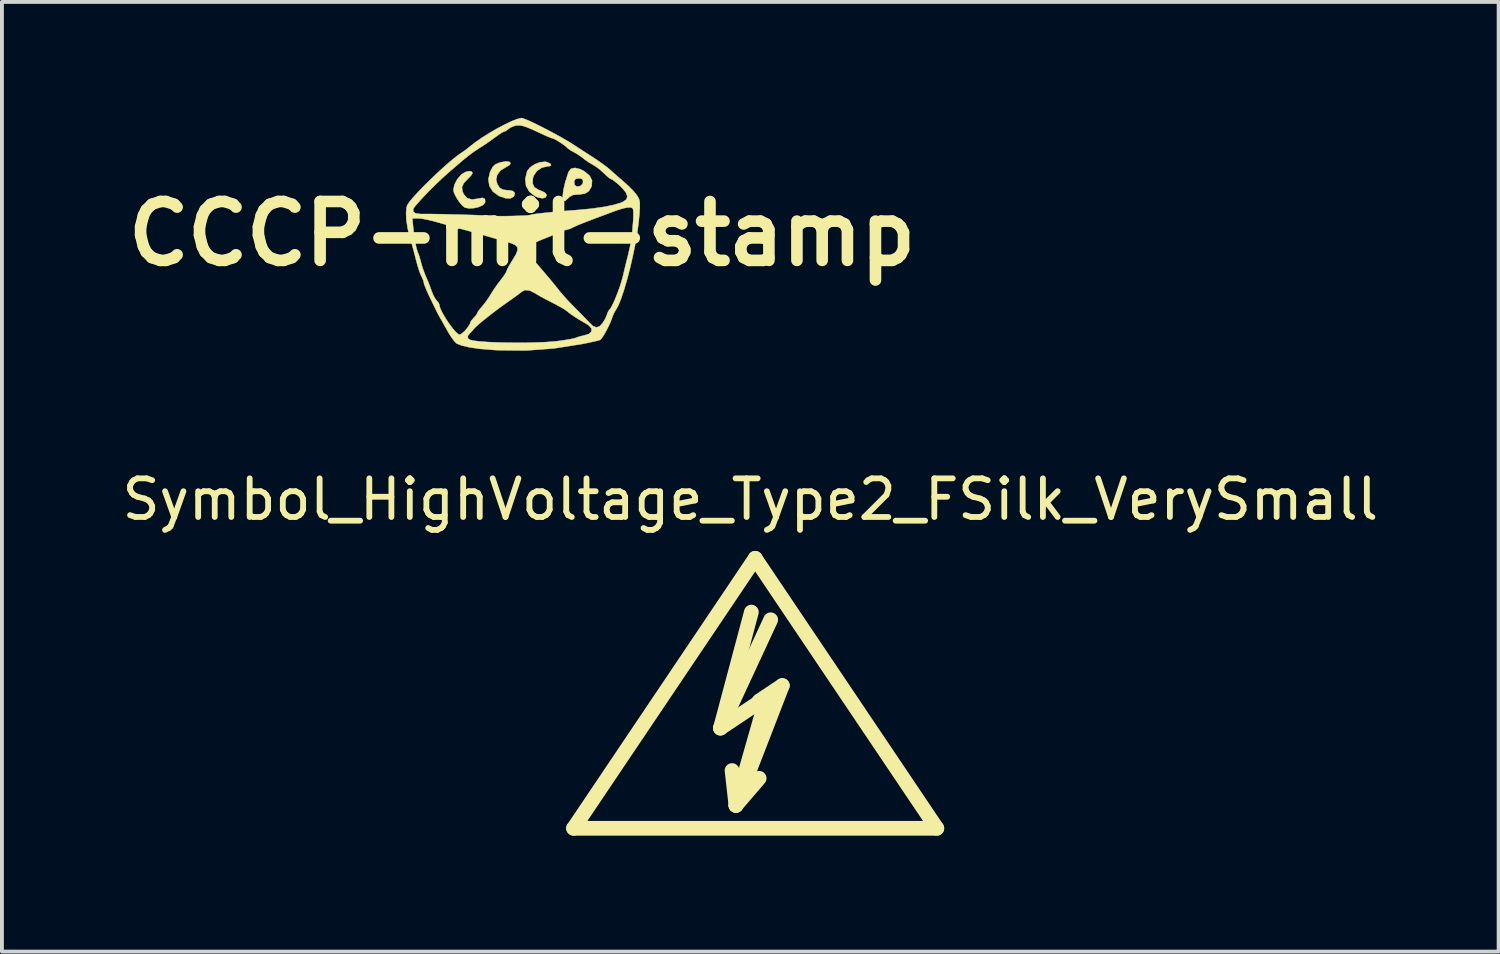
<source format=kicad_pcb>
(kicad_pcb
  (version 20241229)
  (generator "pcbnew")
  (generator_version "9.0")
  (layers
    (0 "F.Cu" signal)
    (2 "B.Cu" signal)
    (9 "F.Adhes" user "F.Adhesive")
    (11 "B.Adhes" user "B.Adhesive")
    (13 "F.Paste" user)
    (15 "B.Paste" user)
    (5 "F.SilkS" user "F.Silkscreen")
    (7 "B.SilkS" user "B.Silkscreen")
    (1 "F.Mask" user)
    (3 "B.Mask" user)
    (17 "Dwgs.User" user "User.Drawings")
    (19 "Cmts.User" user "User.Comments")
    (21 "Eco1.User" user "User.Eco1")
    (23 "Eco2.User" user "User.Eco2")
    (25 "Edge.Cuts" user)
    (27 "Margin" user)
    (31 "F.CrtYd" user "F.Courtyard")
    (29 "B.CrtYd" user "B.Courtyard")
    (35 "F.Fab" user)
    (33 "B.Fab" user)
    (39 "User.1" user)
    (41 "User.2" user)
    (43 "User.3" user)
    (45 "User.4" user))
  (footprint "Symbol_HighVoltage_Type2_FSilk_VerySmall"
    (layer "F.Cu")
    (at 16.49 15.587)
    (property "Reference" "Symbol_HighVoltage_Type2_FSilk_VerySmall" (at -0.127 -5.715 0) (layer "F.SilkS") (effects (font (size 1 1) (thickness 0.15))))
    (attr exclude_from_pos_files exclude_from_bom)
    (fp_line (start -4.699 2.794) (end 0 -4.191) (stroke (width 0.381) (type solid)) (layer "F.SilkS"))
    (fp_line (start -0.899 0.201) (end 0.3 -0.599) (stroke (width 0.381) (type solid)) (layer "F.SilkS"))
    (fp_line (start -0.899 0.201) (end 0.401 -2.601) (stroke (width 0.381) (type solid)) (layer "F.SilkS"))
    (fp_line (start -0.498 2.2) (end -0.599 1.3) (stroke (width 0.381) (type solid)) (layer "F.SilkS"))
    (fp_line (start -0.498 2.2) (end 0.102 1.501) (stroke (width 0.381) (type solid)) (layer "F.SilkS"))
    (fp_line (start -0.498 2.2) (end 0.701 -0.899) (stroke (width 0.381) (type solid)) (layer "F.SilkS"))
    (fp_line (start -0.099 -2.799) (end -0.899 0.201) (stroke (width 0.381) (type solid)) (layer "F.SilkS"))
    (fp_line (start 0 -4.191) (end 4.699 2.794) (stroke (width 0.381) (type solid)) (layer "F.SilkS"))
    (fp_line (start 0.3 -0.599) (end -0.498 2.2) (stroke (width 0.381) (type solid)) (layer "F.SilkS"))
    (fp_line (start 0.701 -0.899) (end 0.102 -0.5) (stroke (width 0.381) (type solid)) (layer "F.SilkS"))
    (fp_line (start 4.699 2.794) (end -4.699 2.794) (stroke (width 0.381) (type solid)) (layer "F.SilkS")))
  (footprint "CCCP-mil-stamp"
    (layer "F.Cu")
    (at 10.458 2.998)
    (property "Reference" "CCCP-mil-stamp" (at 0 0 0) (layer "F.SilkS") (effects (font (size 1.524 1.524) (thickness 0.3))))
    (attr through_hole)
    (fp_poly (pts (xy 0.636 -1.856) (xy 0.725 -1.819) (xy 0.753 -1.779) (xy 0.719 -1.75) (xy 0.651 -1.742) (xy 0.507 -1.709) (xy 0.382 -1.622) (xy 0.299 -1.5) (xy 0.279 -1.43) (xy 0.274 -1.296) (xy 0.319 -1.203) (xy 0.424 -1.137) (xy 0.48 -1.116) (xy 0.587 -1.068) (xy 0.632 -1.015) (xy 0.635 -0.995) (xy 0.606 -0.937) (xy 0.53 -0.917) (xy 0.423 -0.935) (xy 0.334 -0.973) (xy 0.187 -1.088) (xy 0.103 -1.237) (xy 0.082 -1.413) (xy 0.129 -1.609) (xy 0.132 -1.619) (xy 0.205 -1.715) (xy 0.323 -1.796) (xy 0.462 -1.849) (xy 0.596 -1.863) (xy 0.636 -1.856)) (stroke (width 0.01) (type solid)) (fill yes) (layer "F.SilkS"))
    (fp_poly (pts (xy -0.334 -1.863) (xy -0.297 -1.831) (xy -0.315 -1.786) (xy -0.396 -1.734) (xy -0.408 -1.729) (xy -0.555 -1.64) (xy -0.644 -1.525) (xy -0.671 -1.396) (xy -0.638 -1.276) (xy -0.576 -1.187) (xy -0.494 -1.14) (xy -0.368 -1.125) (xy -0.341 -1.125) (xy -0.238 -1.106) (xy -0.189 -1.055) (xy -0.202 -0.983) (xy -0.218 -0.961) (xy -0.302 -0.914) (xy -0.428 -0.919) (xy -0.587 -0.973) (xy -0.609 -0.984) (xy -0.757 -1.093) (xy -0.846 -1.237) (xy -0.872 -1.406) (xy -0.831 -1.589) (xy -0.81 -1.636) (xy -0.756 -1.734) (xy -0.697 -1.791) (xy -0.608 -1.831) (xy -0.539 -1.851) (xy -0.417 -1.872) (xy -0.334 -1.863)) (stroke (width 0.01) (type solid)) (fill yes) (layer "F.SilkS"))
    (fp_poly (pts (xy -1.305 -1.608) (xy -1.295 -1.6) (xy -1.285 -1.561) (xy -1.324 -1.501) (xy -1.407 -1.418) (xy -1.511 -1.306) (xy -1.555 -1.206) (xy -1.542 -1.098) (xy -1.507 -1.018) (xy -1.421 -0.923) (xy -1.296 -0.885) (xy -1.141 -0.908) (xy -1.136 -0.909) (xy -1.024 -0.93) (xy -0.962 -0.902) (xy -0.954 -0.828) (xy -0.96 -0.803) (xy -1.013 -0.742) (xy -1.115 -0.693) (xy -1.243 -0.663) (xy -1.374 -0.656) (xy -1.48 -0.677) (xy -1.548 -0.73) (xy -1.628 -0.827) (xy -1.703 -0.942) (xy -1.758 -1.054) (xy -1.778 -1.133) (xy -1.75 -1.27) (xy -1.678 -1.409) (xy -1.578 -1.527) (xy -1.468 -1.597) (xy -1.464 -1.598) (xy -1.364 -1.622) (xy -1.305 -1.608)) (stroke (width 0.01) (type solid)) (fill yes) (layer "F.SilkS"))
    (fp_poly (pts (xy 1.501 -1.673) (xy 1.612 -1.616) (xy 1.747 -1.504) (xy 1.811 -1.38) (xy 1.803 -1.243) (xy 1.791 -1.208) (xy 1.725 -1.1) (xy 1.629 -1.04) (xy 1.486 -1.017) (xy 1.442 -1.016) (xy 1.318 -1.003) (xy 1.231 -0.957) (xy 1.197 -0.925) (xy 1.12 -0.854) (xy 1.075 -0.845) (xy 1.055 -0.903) (xy 1.052 -0.976) (xy 1.068 -1.122) (xy 1.112 -1.314) (xy 1.122 -1.347) (xy 1.348 -1.347) (xy 1.361 -1.259) (xy 1.422 -1.22) (xy 1.503 -1.232) (xy 1.567 -1.29) (xy 1.578 -1.347) (xy 1.566 -1.409) (xy 1.514 -1.431) (xy 1.47 -1.433) (xy 1.388 -1.421) (xy 1.354 -1.373) (xy 1.348 -1.347) (xy 1.122 -1.347) (xy 1.18 -1.534) (xy 1.206 -1.606) (xy 1.267 -1.683) (xy 1.368 -1.705) (xy 1.501 -1.673)) (stroke (width 0.01) (type solid)) (fill yes) (layer "F.SilkS"))
    (fp_poly (pts (xy 0.01 -2.991) (xy 0.12 -2.949) (xy 0.278 -2.878) (xy 0.467 -2.785) (xy 0.674 -2.679) (xy 0.883 -2.567) (xy 1.079 -2.457) (xy 1.248 -2.357) (xy 1.313 -2.316) (xy 1.464 -2.217) (xy 1.602 -2.128) (xy 1.711 -2.058) (xy 1.766 -2.022) (xy 1.911 -1.928) (xy 2.058 -1.825) (xy 2.189 -1.729) (xy 2.283 -1.652) (xy 2.301 -1.634) (xy 2.364 -1.577) (xy 2.463 -1.49) (xy 2.582 -1.388) (xy 2.621 -1.354) (xy 2.747 -1.241) (xy 2.863 -1.126) (xy 2.948 -1.028) (xy 2.962 -1.009) (xy 3.008 -0.937) (xy 3.035 -0.872) (xy 3.047 -0.792) (xy 3.046 -0.677) (xy 3.04 -0.553) (xy 3.017 -0.304) (xy 2.979 -0.023) (xy 2.927 0.277) (xy 2.864 0.585) (xy 2.793 0.891) (xy 2.717 1.183) (xy 2.639 1.45) (xy 2.562 1.68) (xy 2.488 1.861) (xy 2.419 1.984) (xy 2.411 1.996) (xy 2.372 2.064) (xy 2.331 2.167) (xy 2.322 2.195) (xy 2.279 2.306) (xy 2.218 2.435) (xy 2.15 2.563) (xy 2.085 2.67) (xy 2.034 2.736) (xy 2.023 2.745) (xy 1.975 2.761) (xy 1.87 2.786) (xy 1.724 2.818) (xy 1.553 2.853) (xy 1.546 2.854) (xy 0.821 2.968) (xy 0.11 3.021) (xy -0.612 3.014) (xy -0.726 3.008) (xy -1.072 2.98) (xy -1.352 2.941) (xy -1.563 2.892) (xy -1.694 2.839) (xy -1.747 2.788) (xy -1.82 2.69) (xy -1.848 2.646) (xy -1.407 2.646) (xy -1.398 2.709) (xy -1.352 2.743) (xy -1.266 2.765) (xy -1.12 2.784) (xy -0.924 2.799) (xy -0.692 2.81) (xy -0.434 2.817) (xy -0.162 2.82) (xy 0.112 2.819) (xy 0.376 2.813) (xy 0.618 2.803) (xy 0.828 2.787) (xy 0.915 2.778) (xy 1.088 2.754) (xy 1.239 2.729) (xy 1.351 2.706) (xy 1.403 2.689) (xy 1.484 2.659) (xy 1.592 2.633) (xy 1.602 2.632) (xy 1.733 2.591) (xy 1.798 2.528) (xy 1.795 2.45) (xy 1.723 2.368) (xy 1.648 2.321) (xy 1.519 2.247) (xy 1.379 2.16) (xy 1.252 2.074) (xy 1.162 2.004) (xy 1.154 1.997) (xy 1.092 1.953) (xy 0.984 1.89) (xy 0.847 1.816) (xy 0.776 1.78) (xy 0.622 1.701) (xy 0.478 1.623) (xy 0.367 1.558) (xy 0.336 1.539) (xy 0.196 1.468) (xy 0.076 1.457) (xy -0.006 1.498) (xy -0.055 1.537) (xy -0.149 1.607) (xy -0.272 1.695) (xy -0.363 1.759) (xy -0.53 1.878) (xy -0.703 2.007) (xy -0.87 2.136) (xy -1.019 2.255) (xy -1.14 2.357) (xy -1.221 2.432) (xy -1.247 2.462) (xy -1.298 2.524) (xy -1.346 2.57) (xy -1.407 2.646) (xy -1.848 2.646) (xy -1.901 2.563) (xy -1.929 2.513) (xy -2.006 2.377) (xy -2.073 2.258) (xy -2.12 2.176) (xy -2.13 2.159) (xy -2.182 2.066) (xy -2.208 2.014) (xy -2.238 1.95) (xy -2.292 1.84) (xy -2.358 1.703) (xy -2.391 1.636) (xy -2.456 1.496) (xy -2.507 1.376) (xy -2.536 1.294) (xy -2.54 1.273) (xy -2.557 1.203) (xy -2.597 1.111) (xy -2.6 1.107) (xy -2.632 1.039) (xy -2.665 0.951) (xy -2.702 0.831) (xy -2.747 0.664) (xy -2.796 0.472) (xy -2.83 0.343) (xy -2.874 0.187) (xy -2.903 0.091) (xy -2.958 -0.128) (xy -2.992 -0.343) (xy -2.995 -0.399) (xy -2.839 -0.399) (xy -2.818 -0.172) (xy -2.795 0.034) (xy -2.765 0.225) (xy -2.731 0.382) (xy -2.696 0.486) (xy -2.692 0.495) (xy -2.664 0.569) (xy -2.63 0.682) (xy -2.615 0.744) (xy -2.572 0.89) (xy -2.514 1.048) (xy -2.488 1.107) (xy -2.425 1.255) (xy -2.363 1.417) (xy -2.344 1.474) (xy -2.296 1.593) (xy -2.24 1.691) (xy -2.212 1.725) (xy -2.158 1.791) (xy -2.141 1.838) (xy -2.121 1.92) (xy -2.067 2.037) (xy -1.989 2.172) (xy -1.898 2.311) (xy -1.804 2.439) (xy -1.716 2.541) (xy -1.645 2.602) (xy -1.616 2.613) (xy -1.565 2.587) (xy -1.491 2.523) (xy -1.455 2.484) (xy -1.388 2.398) (xy -1.348 2.329) (xy -1.343 2.309) (xy -1.318 2.254) (xy -1.258 2.183) (xy -1.252 2.177) (xy -1.19 2.11) (xy -1.161 2.06) (xy -1.161 2.057) (xy -1.139 2.012) (xy -1.081 1.936) (xy -1.038 1.887) (xy -0.945 1.771) (xy -0.851 1.634) (xy -0.814 1.574) (xy -0.735 1.447) (xy -0.633 1.302) (xy -0.556 1.202) (xy -0.477 1.098) (xy -0.421 1.012) (xy -0.399 0.963) (xy -0.399 0.963) (xy -0.381 0.912) (xy -0.331 0.821) (xy -0.262 0.706) (xy -0.254 0.694) (xy -0.16 0.537) (xy -0.115 0.424) (xy -0.117 0.409) (xy 0.109 0.409) (xy 0.119 0.439) (xy 0.152 0.491) (xy 0.214 0.573) (xy 0.31 0.691) (xy 0.446 0.851) (xy 0.565 0.99) (xy 0.688 1.135) (xy 0.81 1.282) (xy 0.912 1.408) (xy 0.955 1.463) (xy 1.042 1.568) (xy 1.161 1.701) (xy 1.292 1.839) (xy 1.352 1.899) (xy 1.479 2.027) (xy 1.602 2.152) (xy 1.701 2.257) (xy 1.736 2.295) (xy 1.84 2.393) (xy 1.928 2.424) (xy 2.011 2.39) (xy 2.082 2.313) (xy 2.147 2.21) (xy 2.192 2.109) (xy 2.196 2.095) (xy 2.225 2.016) (xy 2.252 1.976) (xy 2.295 1.923) (xy 2.351 1.817) (xy 2.415 1.672) (xy 2.481 1.504) (xy 2.543 1.329) (xy 2.593 1.162) (xy 2.614 1.079) (xy 2.655 0.906) (xy 2.696 0.736) (xy 2.732 0.598) (xy 2.741 0.562) (xy 2.802 0.293) (xy 2.848 -0.014) (xy 2.874 -0.324) (xy 2.877 -0.399) (xy 2.88 -0.538) (xy 2.876 -0.619) (xy 2.859 -0.661) (xy 2.825 -0.677) (xy 2.787 -0.683) (xy 2.704 -0.676) (xy 2.58 -0.647) (xy 2.443 -0.603) (xy 2.442 -0.603) (xy 2.139 -0.49) (xy 1.896 -0.399) (xy 1.706 -0.327) (xy 1.563 -0.271) (xy 1.457 -0.229) (xy 1.382 -0.196) (xy 1.33 -0.171) (xy 1.324 -0.168) (xy 1.237 -0.127) (xy 1.174 -0.109) (xy 1.171 -0.109) (xy 1.113 -0.095) (xy 1.019 -0.059) (xy 0.972 -0.038) (xy 0.862 0.009) (xy 0.714 0.071) (xy 0.555 0.134) (xy 0.528 0.144) (xy 0.322 0.232) (xy 0.186 0.309) (xy 0.118 0.377) (xy 0.109 0.409) (xy -0.117 0.409) (xy -0.122 0.345) (xy -0.183 0.287) (xy -0.299 0.239) (xy -0.345 0.226) (xy -0.441 0.198) (xy -0.585 0.156) (xy -0.753 0.107) (xy -0.871 0.072) (xy -1.061 0.017) (xy -1.258 -0.039) (xy -1.431 -0.086) (xy -1.506 -0.106) (xy -1.653 -0.145) (xy -1.84 -0.198) (xy -2.038 -0.254) (xy -2.145 -0.285) (xy -2.32 -0.333) (xy -2.485 -0.371) (xy -2.62 -0.394) (xy -2.684 -0.399) (xy -2.839 -0.399) (xy -2.995 -0.399) (xy -3.002 -0.535) (xy -2.992 -0.642) (xy -2.816 -0.642) (xy -2.814 -0.57) (xy -2.753 -0.527) (xy -2.627 -0.511) (xy -2.576 -0.511) (xy -2.462 -0.511) (xy -2.304 -0.51) (xy -2.114 -0.507) (xy -1.905 -0.502) (xy -1.689 -0.497) (xy -1.478 -0.491) (xy -1.285 -0.485) (xy -1.121 -0.479) (xy -1.001 -0.474) (xy -0.935 -0.469) (xy -0.926 -0.467) (xy -0.885 -0.46) (xy -0.786 -0.456) (xy -0.646 -0.455) (xy -0.48 -0.456) (xy -0.303 -0.458) (xy -0.131 -0.463) (xy 0.021 -0.468) (xy 0.138 -0.475) (xy 0.203 -0.482) (xy 0.21 -0.485) (xy 0.267 -0.5) (xy 0.391 -0.519) (xy 0.579 -0.54) (xy 0.825 -0.565) (xy 1.125 -0.591) (xy 1.47 -0.618) (xy 1.793 -0.649) (xy 2.085 -0.69) (xy 2.334 -0.738) (xy 2.529 -0.792) (xy 2.603 -0.821) (xy 2.697 -0.885) (xy 2.725 -0.964) (xy 2.689 -1.064) (xy 2.587 -1.188) (xy 2.533 -1.241) (xy 2.434 -1.327) (xy 2.352 -1.39) (xy 2.305 -1.415) (xy 2.304 -1.415) (xy 2.259 -1.439) (xy 2.184 -1.502) (xy 2.121 -1.563) (xy 2.01 -1.664) (xy 1.889 -1.752) (xy 1.832 -1.785) (xy 1.718 -1.852) (xy 1.615 -1.926) (xy 1.597 -1.942) (xy 1.506 -2.011) (xy 1.39 -2.084) (xy 1.351 -2.105) (xy 1.256 -2.158) (xy 1.192 -2.202) (xy 1.178 -2.215) (xy 1.135 -2.256) (xy 1.054 -2.317) (xy 0.956 -2.381) (xy 0.865 -2.436) (xy 0.803 -2.466) (xy 0.793 -2.467) (xy 0.745 -2.482) (xy 0.649 -2.521) (xy 0.523 -2.578) (xy 0.477 -2.599) (xy 0.276 -2.693) (xy 0.125 -2.756) (xy 0.012 -2.792) (xy -0.076 -2.806) (xy -0.152 -2.801) (xy -0.194 -2.791) (xy -0.291 -2.753) (xy -0.36 -2.707) (xy -0.363 -2.703) (xy -0.422 -2.657) (xy -0.452 -2.649) (xy -0.501 -2.628) (xy -0.588 -2.574) (xy -0.695 -2.497) (xy -0.698 -2.495) (xy -0.841 -2.391) (xy -0.999 -2.284) (xy -1.103 -2.219) (xy -1.238 -2.129) (xy -1.391 -2.016) (xy -1.514 -1.917) (xy -1.654 -1.797) (xy -1.808 -1.665) (xy -1.921 -1.567) (xy -2.048 -1.453) (xy -2.191 -1.318) (xy -2.34 -1.172) (xy -2.484 -1.025) (xy -2.614 -0.887) (xy -2.719 -0.77) (xy -2.79 -0.683) (xy -2.816 -0.642) (xy -2.992 -0.642) (xy -2.987 -0.686) (xy -2.972 -0.735) (xy -2.924 -0.813) (xy -2.829 -0.928) (xy -2.699 -1.071) (xy -2.542 -1.234) (xy -2.367 -1.406) (xy -2.186 -1.579) (xy -2.006 -1.743) (xy -1.838 -1.889) (xy -1.692 -2.007) (xy -1.578 -2.088) (xy -1.476 -2.158) (xy -1.367 -2.243) (xy -1.352 -2.255) (xy -1.205 -2.37) (xy -1.029 -2.491) (xy -0.836 -2.612) (xy -0.638 -2.727) (xy -0.446 -2.828) (xy -0.272 -2.911) (xy -0.127 -2.968) (xy -0.024 -2.993) (xy 0.01 -2.991)) (stroke (width 0.01) (type solid)) (fill yes) (layer "F.SilkS")))
  (gr_rect
    (start -3 -3)
    (end 35.726 21.572)
    (stroke (width 0.1) (type default))
    (fill no)
    (layer "Edge.Cuts")))
</source>
